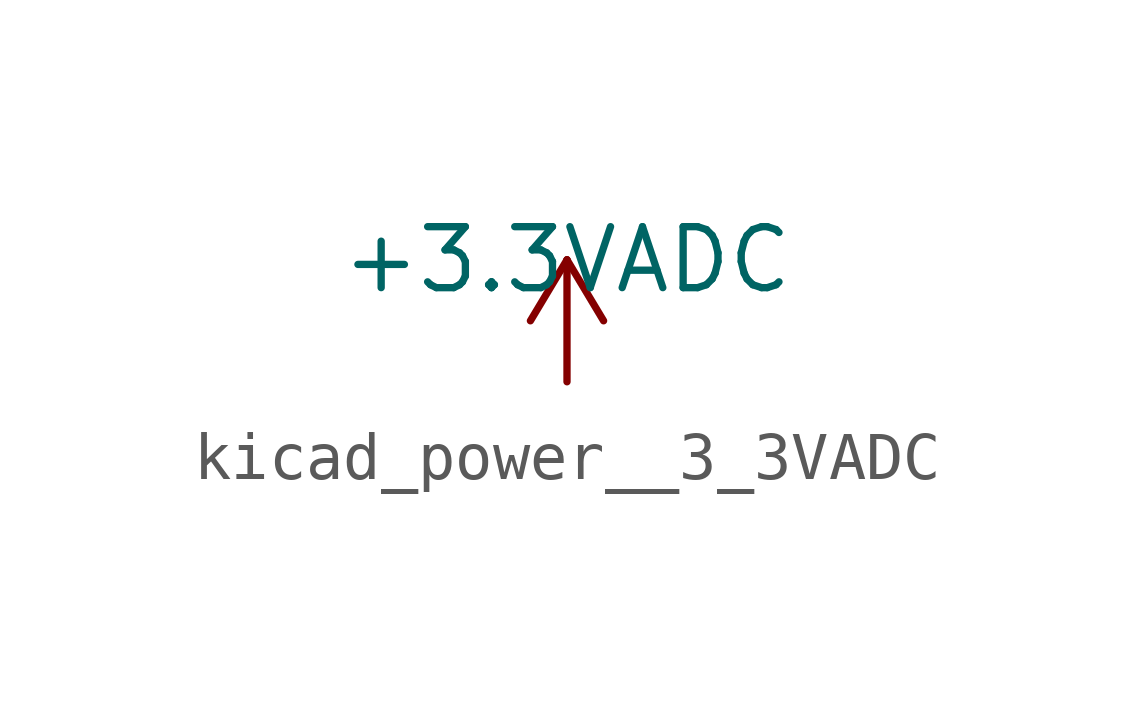
<source format=kicad_sym>
(kicad_symbol_lib
  (version 20220914)
  (generator kicad_symbol_editor)
  (symbol "kicad_power__3_3VADC"
    (power)
    (pin_names
      (offset 0))
    (property "Reference" "#PWR"
      (at 3.81 -1.27 0)
      (effects (font (size 1.27 1.27)) hide))
    (property "Value" "+3.3VADC"
      (at 0 2.54 0)
      (effects (font (size 1.27 1.27))))
    (symbol "kicad_power__3_3VADC_0_0"
      (pin power_in line (at 0 0 90) (length 0) hide (name "+3.3VADC" (effects (font (size 1.27 1.27)))) (number "1" (effects (font (size 1.27 1.27))))))
    (symbol "kicad_power__3_3VADC_0_1"
      (polyline (pts (xy -0.762 1.27) (xy 0 2.54)) (stroke (width 0) (type default)) (fill (type none)))
      (polyline (pts (xy 0 0) (xy 0 2.54)) (stroke (width 0) (type default)) (fill (type none)))
      (polyline (pts (xy 0 2.54) (xy 0.762 1.27)) (stroke (width 0) (type default)) (fill (type none))))))
</source>
